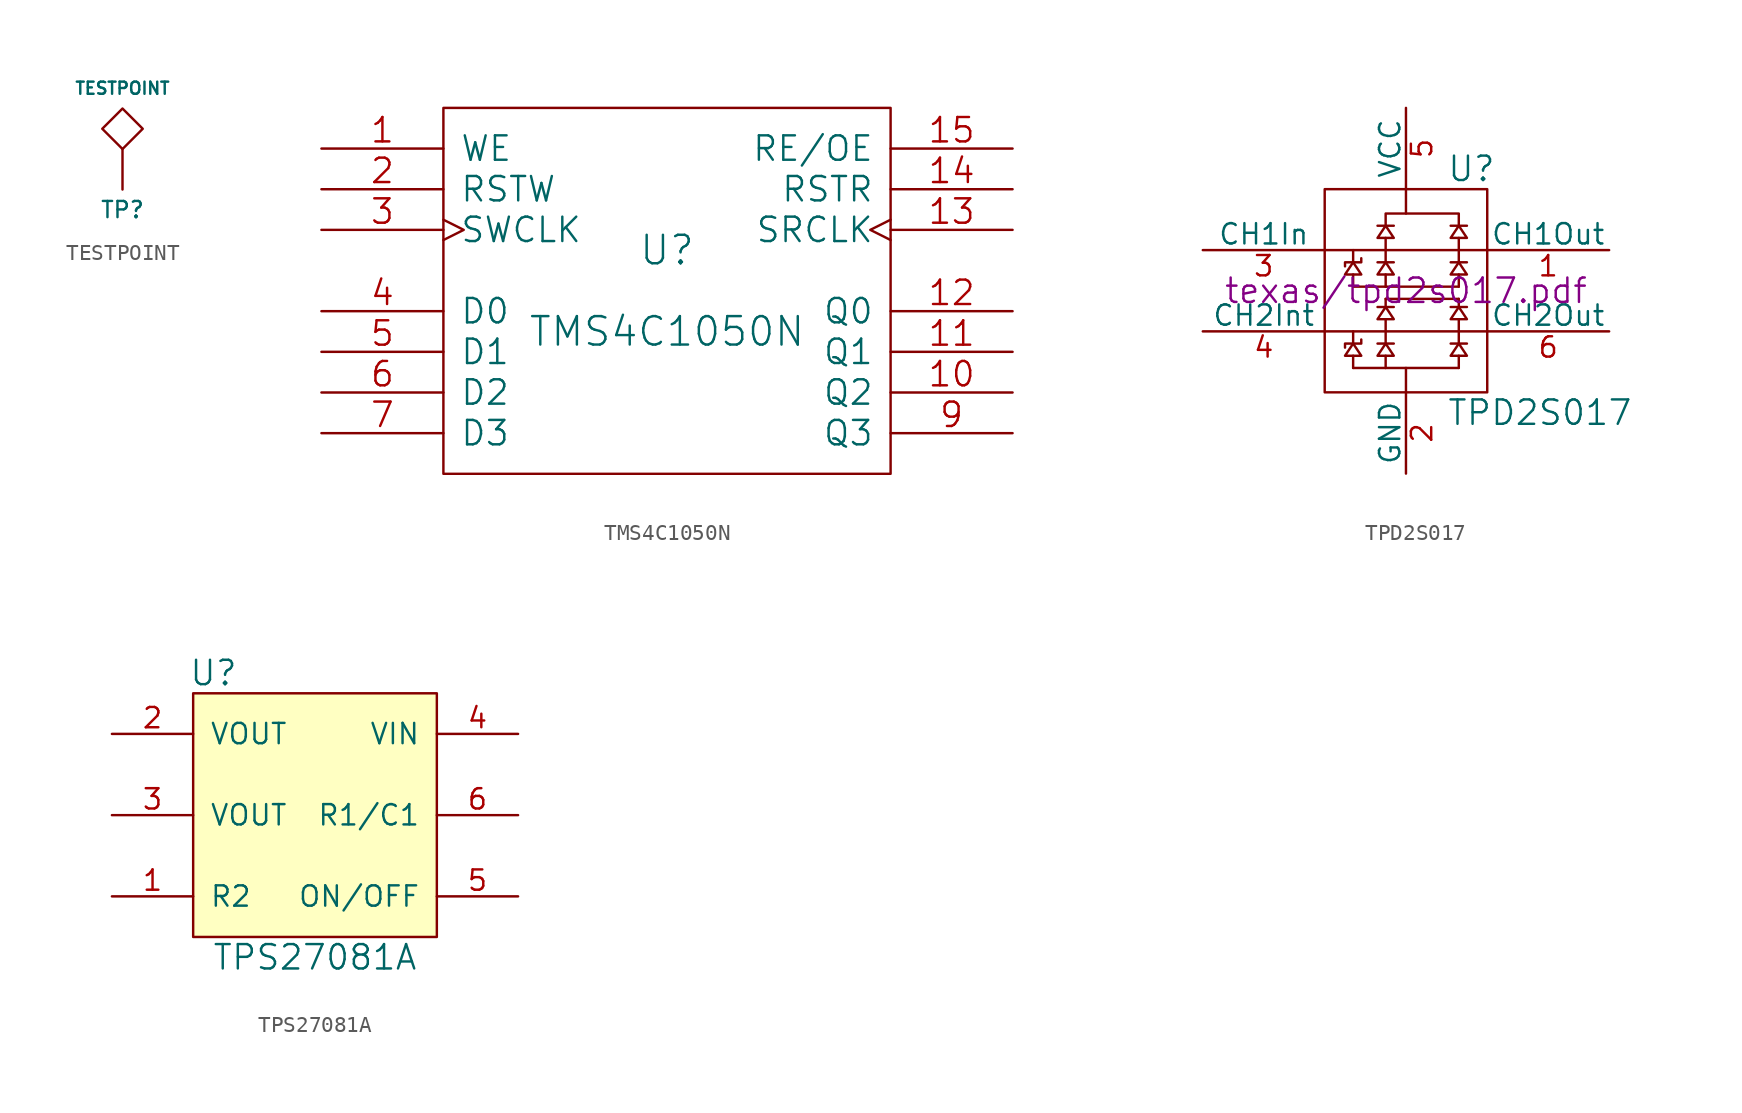
<source format=kicad_sym>
(kicad_symbol_lib
  (version 20211014)
  (generator kicad_symbol_editor)
  (symbol "TESTPOINT"
    (pin_numbers hide)
    (pin_names
      (offset 1.016) hide)
    (property "Reference" "TP"
      (at 0 -1.27 0)
      (effects (font (size 1.016 1.016))))
    (property "Value" "TESTPOINT"
      (at 0 6.35 0)
      (effects (font (size 0.762 0.762))))
    (property "Footprint" ""
      (at 0 0 0)
      (effects (font (size 1.524 1.524))))
    (property "Datasheet" ""
      (at 0 0 0)
      (effects (font (size 1.524 1.524))))
    (symbol "TESTPOINT_0_1"
      (polyline (pts (xy 0 5.08) (xy -1.27 3.81) (xy 0 2.54) (xy 1.27 3.81) (xy 0 5.08) (xy 0 5.08)) (stroke (width 0) (type default) (color 0 0 0 0)) (fill (type none))))
    (symbol "TESTPOINT_1_1"
      (pin passive line (at 0 0 90) (length 2.54) (name "TP" (effects (font (size 1.016 1.016)))) (number "1" (effects (font (size 1.016 1.016)))))))
  (symbol "TMS4C1050N"
    (pin_names
      (offset 1.016))
    (property "Reference" "U"
      (at 0 2.54 0)
      (effects (font (size 1.778 1.778))))
    (property "Value" "TMS4C1050N"
      (at 0 -2.54 0)
      (effects (font (size 1.778 1.778))))
    (property "Footprint" ""
      (at 0 0 0)
      (effects (font (size 1.524 1.524))))
    (property "Datasheet" ""
      (at 0 0 0)
      (effects (font (size 1.524 1.524))))
    (symbol "TMS4C1050N_0_1"
      (rectangle (start -13.97 -11.43) (end 13.97 11.43) (stroke (width 0) (type default) (color 0 0 0 0)) (fill (type none))))
    (symbol "TMS4C1050N_1_1"
      (pin input line (at -21.59 8.89 0) (length 7.62) (name "WE" (effects (font (size 1.524 1.524)))) (number "1" (effects (font (size 1.524 1.524)))))
      (pin tri_state line (at 21.59 -6.35 180) (length 7.62) (name "Q2" (effects (font (size 1.524 1.524)))) (number "10" (effects (font (size 1.524 1.524)))))
      (pin tri_state line (at 21.59 -3.81 180) (length 7.62) (name "Q1" (effects (font (size 1.524 1.524)))) (number "11" (effects (font (size 1.524 1.524)))))
      (pin tri_state line (at 21.59 -1.27 180) (length 7.62) (name "Q0" (effects (font (size 1.524 1.524)))) (number "12" (effects (font (size 1.524 1.524)))))
      (pin input clock (at 21.59 3.81 180) (length 7.62) (name "SRCLK" (effects (font (size 1.524 1.524)))) (number "13" (effects (font (size 1.524 1.524)))))
      (pin input line (at 21.59 6.35 180) (length 7.62) (name "RSTR" (effects (font (size 1.524 1.524)))) (number "14" (effects (font (size 1.524 1.524)))))
      (pin input line (at 21.59 8.89 180) (length 7.62) (name "RE/OE" (effects (font (size 1.524 1.524)))) (number "15" (effects (font (size 1.524 1.524)))))
      (pin power_in line (at -13.97 11.43 90) (length 0) hide (name "VCC" (effects (font (size 1.524 1.524)))) (number "16" (effects (font (size 1.524 1.524)))))
      (pin input line (at -21.59 6.35 0) (length 7.62) (name "RSTW" (effects (font (size 1.524 1.524)))) (number "2" (effects (font (size 1.524 1.524)))))
      (pin input clock (at -21.59 3.81 0) (length 7.62) (name "SWCLK" (effects (font (size 1.524 1.524)))) (number "3" (effects (font (size 1.524 1.524)))))
      (pin input line (at -21.59 -1.27 0) (length 7.62) (name "D0" (effects (font (size 1.524 1.524)))) (number "4" (effects (font (size 1.524 1.524)))))
      (pin input line (at -21.59 -3.81 0) (length 7.62) (name "D1" (effects (font (size 1.524 1.524)))) (number "5" (effects (font (size 1.524 1.524)))))
      (pin input line (at -21.59 -6.35 0) (length 7.62) (name "D2" (effects (font (size 1.524 1.524)))) (number "6" (effects (font (size 1.524 1.524)))))
      (pin input line (at -21.59 -8.89 0) (length 7.62) (name "D3" (effects (font (size 1.524 1.524)))) (number "7" (effects (font (size 1.524 1.524)))))
      (pin power_in line (at -13.97 -11.43 90) (length 0) hide (name "GND" (effects (font (size 1.524 1.524)))) (number "8" (effects (font (size 1.524 1.524)))))
      (pin tri_state line (at 21.59 -8.89 180) (length 7.62) (name "Q3" (effects (font (size 1.524 1.524)))) (number "9" (effects (font (size 1.524 1.524)))))))
  (symbol "TPD2S017"
    (pin_names
      (offset 0))
    (property "Reference" "U"
      (at 2.54 7.62 0)
      (effects (font (size 1.524 1.524)) (justify left)))
    (property "Value" "TPD2S017"
      (at 2.54 -7.62 0)
      (effects (font (size 1.524 1.524)) (justify left)))
    (property "Footprint" ""
      (at 0 0 0)
      (effects (font (size 1.524 1.524))))
    (property "Datasheet" "texas/tpd2s017.pdf"
      (at 0 0 0)
      (effects (font (size 1.524 1.524))))
    (symbol "TPD2S017_0_1"
      (rectangle (start -5.08 6.35) (end 5.08 -6.35) (stroke (width 0) (type default) (color 0 0 0 0)) (fill (type none)))
      (polyline (pts (xy -5.08 -2.54) (xy 5.08 -2.54) (xy 5.08 -2.54)) (stroke (width 0) (type default) (color 0 0 0 0)) (fill (type none)))
      (polyline (pts (xy -5.08 2.54) (xy 5.08 2.54) (xy 5.08 2.54)) (stroke (width 0) (type default) (color 0 0 0 0)) (fill (type none)))
      (polyline (pts (xy -3.302 -4.826) (xy -3.302 -4.064) (xy -3.302 -4.064)) (stroke (width 0) (type default) (color 0 0 0 0)) (fill (type none)))
      (polyline (pts (xy -3.302 -4.826) (xy -1.27 -4.826) (xy -1.27 -4.826)) (stroke (width 0) (type default) (color 0 0 0 0)) (fill (type none)))
      (polyline (pts (xy -3.302 -3.302) (xy -3.302 -2.54) (xy -3.302 -2.54)) (stroke (width 0) (type default) (color 0 0 0 0)) (fill (type none)))
      (polyline (pts (xy -3.302 0.254) (xy -3.302 1.016) (xy -3.302 1.016)) (stroke (width 0) (type default) (color 0 0 0 0)) (fill (type none)))
      (polyline (pts (xy -3.302 0.254) (xy -1.27 0.254) (xy -1.27 0.254)) (stroke (width 0) (type default) (color 0 0 0 0)) (fill (type none)))
      (polyline (pts (xy -3.302 1.778) (xy -3.302 2.54) (xy -3.302 2.54)) (stroke (width 0) (type default) (color 0 0 0 0)) (fill (type none)))
      (polyline (pts (xy -1.778 -3.302) (xy -1.27 -3.302) (xy -0.762 -3.302)) (stroke (width 0) (type default) (color 0 0 0 0)) (fill (type none)))
      (polyline (pts (xy -1.778 -1.016) (xy -1.27 -1.016) (xy -0.762 -1.016)) (stroke (width 0) (type default) (color 0 0 0 0)) (fill (type none)))
      (polyline (pts (xy -1.778 1.778) (xy -1.27 1.778) (xy -0.762 1.778)) (stroke (width 0) (type default) (color 0 0 0 0)) (fill (type none)))
      (polyline (pts (xy -1.778 4.064) (xy -1.27 4.064) (xy -0.762 4.064)) (stroke (width 0) (type default) (color 0 0 0 0)) (fill (type none)))
      (polyline (pts (xy -1.27 -4.826) (xy -1.27 -4.064) (xy -1.27 -4.064)) (stroke (width 0) (type default) (color 0 0 0 0)) (fill (type none)))
      (polyline (pts (xy -1.27 -4.826) (xy 3.302 -4.826) (xy 3.302 -4.826)) (stroke (width 0) (type default) (color 0 0 0 0)) (fill (type none)))
      (polyline (pts (xy -1.27 -1.016) (xy -1.27 -0.508) (xy -1.27 -0.508)) (stroke (width 0) (type default) (color 0 0 0 0)) (fill (type none)))
      (polyline (pts (xy -1.27 -0.508) (xy 3.302 -0.508) (xy 3.302 -0.508)) (stroke (width 0) (type default) (color 0 0 0 0)) (fill (type none)))
      (polyline (pts (xy -1.27 0.254) (xy -1.27 1.016) (xy -1.27 1.016)) (stroke (width 0) (type default) (color 0 0 0 0)) (fill (type none)))
      (polyline (pts (xy -1.27 0.254) (xy 3.302 0.254) (xy 3.302 0.254)) (stroke (width 0) (type default) (color 0 0 0 0)) (fill (type none)))
      (polyline (pts (xy 0 -6.35) (xy 0 -4.826) (xy 0 -4.826)) (stroke (width 0) (type default) (color 0 0 0 0)) (fill (type none)))
      (polyline (pts (xy 0 4.826) (xy 0 6.35) (xy 0 6.35)) (stroke (width 0) (type default) (color 0 0 0 0)) (fill (type none)))
      (polyline (pts (xy 2.794 -3.302) (xy 3.302 -3.302) (xy 3.81 -3.302)) (stroke (width 0) (type default) (color 0 0 0 0)) (fill (type none)))
      (polyline (pts (xy 2.794 -1.016) (xy 3.302 -1.016) (xy 3.81 -1.016)) (stroke (width 0) (type default) (color 0 0 0 0)) (fill (type none)))
      (polyline (pts (xy 2.794 1.778) (xy 3.302 1.778) (xy 3.81 1.778)) (stroke (width 0) (type default) (color 0 0 0 0)) (fill (type none)))
      (polyline (pts (xy 2.794 4.064) (xy 3.302 4.064) (xy 3.81 4.064)) (stroke (width 0) (type default) (color 0 0 0 0)) (fill (type none)))
      (polyline (pts (xy 3.302 -4.826) (xy 3.302 -4.064) (xy 3.302 -4.064)) (stroke (width 0) (type default) (color 0 0 0 0)) (fill (type none)))
      (polyline (pts (xy 3.302 -1.016) (xy 3.302 -0.508) (xy 3.302 -0.508)) (stroke (width 0) (type default) (color 0 0 0 0)) (fill (type none)))
      (polyline (pts (xy 3.302 0.254) (xy 3.302 1.016) (xy 3.302 1.016)) (stroke (width 0) (type default) (color 0 0 0 0)) (fill (type none)))
      (polyline (pts (xy -3.302 -3.302) (xy -3.81 -4.064) (xy -2.794 -4.064) (xy -3.302 -3.302) (xy -3.302 -3.302)) (stroke (width 0) (type default) (color 0 0 0 0)) (fill (type none)))
      (polyline (pts (xy -3.302 1.778) (xy -3.81 1.016) (xy -2.794 1.016) (xy -3.302 1.778) (xy -3.302 1.778)) (stroke (width 0) (type default) (color 0 0 0 0)) (fill (type none)))
      (polyline (pts (xy -2.794 -3.048) (xy -2.794 -3.302) (xy -3.81 -3.302) (xy -3.81 -3.556) (xy -3.81 -3.556)) (stroke (width 0) (type default) (color 0 0 0 0)) (fill (type none)))
      (polyline (pts (xy -2.794 2.032) (xy -2.794 1.778) (xy -3.81 1.778) (xy -3.81 1.524) (xy -3.81 1.524)) (stroke (width 0) (type default) (color 0 0 0 0)) (fill (type none)))
      (polyline (pts (xy -1.27 -3.302) (xy -1.778 -4.064) (xy -0.762 -4.064) (xy -1.27 -3.302) (xy -1.27 -3.302)) (stroke (width 0) (type default) (color 0 0 0 0)) (fill (type none)))
      (polyline (pts (xy -1.27 -3.302) (xy -1.27 -1.778) (xy -1.27 -1.778) (xy -1.27 -1.778) (xy -1.27 -1.778)) (stroke (width 0) (type default) (color 0 0 0 0)) (fill (type none)))
      (polyline (pts (xy -1.27 -1.016) (xy -1.778 -1.778) (xy -0.762 -1.778) (xy -1.27 -1.016) (xy -1.27 -1.016)) (stroke (width 0) (type default) (color 0 0 0 0)) (fill (type none)))
      (polyline (pts (xy -1.27 1.778) (xy -1.778 1.016) (xy -0.762 1.016) (xy -1.27 1.778) (xy -1.27 1.778)) (stroke (width 0) (type default) (color 0 0 0 0)) (fill (type none)))
      (polyline (pts (xy -1.27 1.778) (xy -1.27 3.302) (xy -1.27 3.302) (xy -1.27 3.302) (xy -1.27 3.302)) (stroke (width 0) (type default) (color 0 0 0 0)) (fill (type none)))
      (polyline (pts (xy -1.27 4.064) (xy -1.778 3.302) (xy -0.762 3.302) (xy -1.27 4.064) (xy -1.27 4.064)) (stroke (width 0) (type default) (color 0 0 0 0)) (fill (type none)))
      (polyline (pts (xy -1.27 4.064) (xy -1.27 4.826) (xy 3.302 4.826) (xy 3.302 4.064) (xy 3.302 4.064)) (stroke (width 0) (type default) (color 0 0 0 0)) (fill (type none)))
      (polyline (pts (xy 3.302 -3.302) (xy 2.794 -4.064) (xy 3.81 -4.064) (xy 3.302 -3.302) (xy 3.302 -3.302)) (stroke (width 0) (type default) (color 0 0 0 0)) (fill (type none)))
      (polyline (pts (xy 3.302 -3.302) (xy 3.302 -1.778) (xy 3.302 -1.778) (xy 3.302 -1.778) (xy 3.302 -1.778)) (stroke (width 0) (type default) (color 0 0 0 0)) (fill (type none)))
      (polyline (pts (xy 3.302 -1.016) (xy 2.794 -1.778) (xy 3.81 -1.778) (xy 3.302 -1.016) (xy 3.302 -1.016)) (stroke (width 0) (type default) (color 0 0 0 0)) (fill (type none)))
      (polyline (pts (xy 3.302 1.778) (xy 2.794 1.016) (xy 3.81 1.016) (xy 3.302 1.778) (xy 3.302 1.778)) (stroke (width 0) (type default) (color 0 0 0 0)) (fill (type none)))
      (polyline (pts (xy 3.302 1.778) (xy 3.302 3.302) (xy 3.302 3.302) (xy 3.302 3.302) (xy 3.302 3.302)) (stroke (width 0) (type default) (color 0 0 0 0)) (fill (type none)))
      (polyline (pts (xy 3.302 4.064) (xy 2.794 3.302) (xy 3.81 3.302) (xy 3.302 4.064) (xy 3.302 4.064)) (stroke (width 0) (type default) (color 0 0 0 0)) (fill (type none))))
    (symbol "TPD2S017_1_1"
      (pin passive line (at 12.7 2.54 180) (length 7.62) (name "CH1Out" (effects (font (size 1.27 1.27)))) (number "1" (effects (font (size 1.27 1.27)))))
      (pin passive line (at 0 -11.43 90) (length 5.08) (name "GND" (effects (font (size 1.27 1.27)))) (number "2" (effects (font (size 1.27 1.27)))))
      (pin passive line (at -12.7 2.54 0) (length 7.62) (name "CH1In" (effects (font (size 1.27 1.27)))) (number "3" (effects (font (size 1.27 1.27)))))
      (pin passive line (at -12.7 -2.54 0) (length 7.62) (name "CH2Int" (effects (font (size 1.27 1.27)))) (number "4" (effects (font (size 1.27 1.27)))))
      (pin passive line (at 0 11.43 270) (length 5.08) (name "VCC" (effects (font (size 1.27 1.27)))) (number "5" (effects (font (size 1.27 1.27)))))
      (pin passive line (at 12.7 -2.54 180) (length 7.62) (name "CH2Out" (effects (font (size 1.27 1.27)))) (number "6" (effects (font (size 1.27 1.27)))))))
  (symbol "TPS27081A"
    (pin_names
      (offset 1.016))
    (property "Reference" "U"
      (at -6.35 8.89 0)
      (effects (font (size 1.524 1.524))))
    (property "Value" "TPS27081A"
      (at 0 -8.89 0)
      (effects (font (size 1.524 1.524))))
    (symbol "TPS27081A_0_1"
      (rectangle (start -7.62 7.62) (end 7.62 -7.62) (stroke (width 0) (type default) (color 0 0 0 0)) (fill (type background))))
    (symbol "TPS27081A_1_1"
      (pin output line (at -12.7 -5.08 0) (length 5.08) (name "R2" (effects (font (size 1.27 1.27)))) (number "1" (effects (font (size 1.27 1.27)))))
      (pin output line (at -12.7 5.08 0) (length 5.08) (name "VOUT" (effects (font (size 1.27 1.27)))) (number "2" (effects (font (size 1.27 1.27)))))
      (pin output line (at -12.7 0 0) (length 5.08) (name "VOUT" (effects (font (size 1.27 1.27)))) (number "3" (effects (font (size 1.27 1.27)))))
      (pin input line (at 12.7 5.08 180) (length 5.08) (name "VIN" (effects (font (size 1.27 1.27)))) (number "4" (effects (font (size 1.27 1.27)))))
      (pin input line (at 12.7 -5.08 180) (length 5.08) (name "ON/OFF" (effects (font (size 1.27 1.27)))) (number "5" (effects (font (size 1.27 1.27)))))
      (pin input line (at 12.7 0 180) (length 5.08) (name "R1/C1" (effects (font (size 1.27 1.27)))) (number "6" (effects (font (size 1.27 1.27))))))))
</source>
